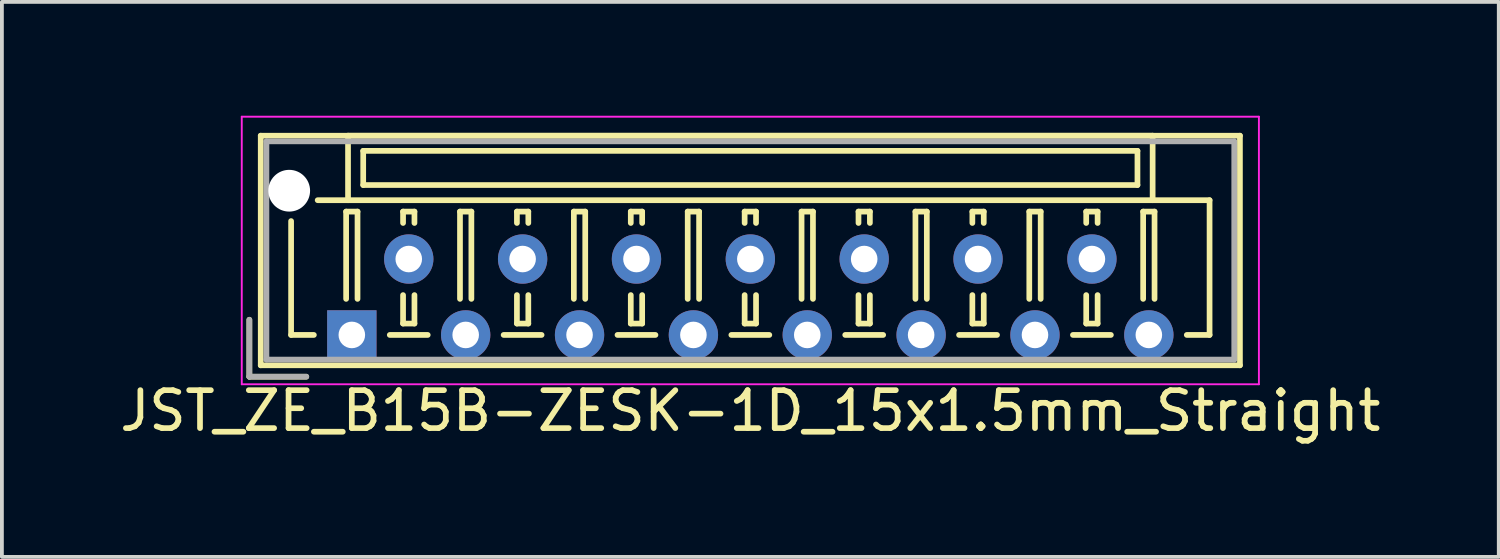
<source format=kicad_pcb>
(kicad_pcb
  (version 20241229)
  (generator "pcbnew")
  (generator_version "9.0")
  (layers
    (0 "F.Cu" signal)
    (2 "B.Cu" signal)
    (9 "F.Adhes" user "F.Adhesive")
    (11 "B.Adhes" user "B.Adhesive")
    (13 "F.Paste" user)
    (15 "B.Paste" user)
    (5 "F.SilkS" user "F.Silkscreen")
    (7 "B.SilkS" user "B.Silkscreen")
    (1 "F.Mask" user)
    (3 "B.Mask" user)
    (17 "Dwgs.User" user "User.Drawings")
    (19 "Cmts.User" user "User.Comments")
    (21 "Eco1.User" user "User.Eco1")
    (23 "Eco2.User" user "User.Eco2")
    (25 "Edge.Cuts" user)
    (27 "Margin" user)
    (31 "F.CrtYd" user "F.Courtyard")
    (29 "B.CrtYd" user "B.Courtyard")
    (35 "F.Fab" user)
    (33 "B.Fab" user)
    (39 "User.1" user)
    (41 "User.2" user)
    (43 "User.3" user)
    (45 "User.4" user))
  (footprint "JST_ZE_B15B-ZESK-1D_15x1.5mm_Straight"
    (layer "F.Cu")
    (at 6.22 5.775)
    (property "Reference" "JST_ZE_B15B-ZESK-1D_15x1.5mm_Straight" (at 10.5 2 0) (layer "F.SilkS") (effects (font (size 1 1) (thickness 0.15))))
    (attr through_hole)
    (fp_line (start -2.7 -0.4) (end -2.7 1.1) (stroke (width 0.15) (type solid)) (layer "F.SilkS"))
    (fp_line (start -2.7 1.1) (end -1.2 1.1) (stroke (width 0.15) (type solid)) (layer "F.SilkS"))
    (fp_line (start -2.4 -5.25) (end -2.4 0.8) (stroke (width 0.15) (type solid)) (layer "F.SilkS"))
    (fp_line (start -2.4 0.8) (end 23.4 0.8) (stroke (width 0.15) (type solid)) (layer "F.SilkS"))
    (fp_line (start -1.6 -3) (end -1.6 0) (stroke (width 0.15) (type solid)) (layer "F.SilkS"))
    (fp_line (start -1.6 0) (end -1 0) (stroke (width 0.15) (type solid)) (layer "F.SilkS"))
    (fp_line (start -0.15 -3.25) (end 0.15 -3.25) (stroke (width 0.15) (type solid)) (layer "F.SilkS"))
    (fp_line (start -0.15 -0.95) (end -0.15 -3.25) (stroke (width 0.15) (type solid)) (layer "F.SilkS"))
    (fp_line (start -0.1 -5.25) (end -0.1 -3.55) (stroke (width 0.15) (type solid)) (layer "F.SilkS"))
    (fp_line (start -0.1 -3.55) (end -0.9 -3.55) (stroke (width 0.15) (type solid)) (layer "F.SilkS"))
    (fp_line (start -0.1 -3.55) (end 21.1 -3.55) (stroke (width 0.15) (type solid)) (layer "F.SilkS"))
    (fp_line (start 0.15 -3.25) (end 0.15 -0.95) (stroke (width 0.15) (type solid)) (layer "F.SilkS"))
    (fp_line (start 0.3 -4.85) (end 0.3 -3.95) (stroke (width 0.15) (type solid)) (layer "F.SilkS"))
    (fp_line (start 0.3 -3.95) (end 20.7 -3.95) (stroke (width 0.15) (type solid)) (layer "F.SilkS"))
    (fp_line (start 1 0) (end 2 0) (stroke (width 0.15) (type solid)) (layer "F.SilkS"))
    (fp_line (start 1.35 -3.25) (end 1.65 -3.25) (stroke (width 0.15) (type solid)) (layer "F.SilkS"))
    (fp_line (start 1.35 -2.95) (end 1.35 -3.25) (stroke (width 0.15) (type solid)) (layer "F.SilkS"))
    (fp_line (start 1.35 -1.05) (end 1.35 -0.3) (stroke (width 0.15) (type solid)) (layer "F.SilkS"))
    (fp_line (start 1.35 -0.3) (end 1.65 -0.3) (stroke (width 0.15) (type solid)) (layer "F.SilkS"))
    (fp_line (start 1.65 -3.25) (end 1.65 -2.95) (stroke (width 0.15) (type solid)) (layer "F.SilkS"))
    (fp_line (start 1.65 -0.3) (end 1.65 -1.05) (stroke (width 0.15) (type solid)) (layer "F.SilkS"))
    (fp_line (start 2.85 -3.25) (end 3.15 -3.25) (stroke (width 0.15) (type solid)) (layer "F.SilkS"))
    (fp_line (start 2.85 -0.95) (end 2.85 -3.25) (stroke (width 0.15) (type solid)) (layer "F.SilkS"))
    (fp_line (start 3.15 -3.25) (end 3.15 -0.95) (stroke (width 0.15) (type solid)) (layer "F.SilkS"))
    (fp_line (start 4 0) (end 5 0) (stroke (width 0.15) (type solid)) (layer "F.SilkS"))
    (fp_line (start 4.35 -3.25) (end 4.65 -3.25) (stroke (width 0.15) (type solid)) (layer "F.SilkS"))
    (fp_line (start 4.35 -2.95) (end 4.35 -3.25) (stroke (width 0.15) (type solid)) (layer "F.SilkS"))
    (fp_line (start 4.35 -1.05) (end 4.35 -0.3) (stroke (width 0.15) (type solid)) (layer "F.SilkS"))
    (fp_line (start 4.35 -0.3) (end 4.65 -0.3) (stroke (width 0.15) (type solid)) (layer "F.SilkS"))
    (fp_line (start 4.65 -3.25) (end 4.65 -2.95) (stroke (width 0.15) (type solid)) (layer "F.SilkS"))
    (fp_line (start 4.65 -0.3) (end 4.65 -1.05) (stroke (width 0.15) (type solid)) (layer "F.SilkS"))
    (fp_line (start 5.85 -3.25) (end 6.15 -3.25) (stroke (width 0.15) (type solid)) (layer "F.SilkS"))
    (fp_line (start 5.85 -0.95) (end 5.85 -3.25) (stroke (width 0.15) (type solid)) (layer "F.SilkS"))
    (fp_line (start 6.15 -3.25) (end 6.15 -0.95) (stroke (width 0.15) (type solid)) (layer "F.SilkS"))
    (fp_line (start 7 0) (end 8 0) (stroke (width 0.15) (type solid)) (layer "F.SilkS"))
    (fp_line (start 7.35 -3.25) (end 7.65 -3.25) (stroke (width 0.15) (type solid)) (layer "F.SilkS"))
    (fp_line (start 7.35 -2.95) (end 7.35 -3.25) (stroke (width 0.15) (type solid)) (layer "F.SilkS"))
    (fp_line (start 7.35 -1.05) (end 7.35 -0.3) (stroke (width 0.15) (type solid)) (layer "F.SilkS"))
    (fp_line (start 7.35 -0.3) (end 7.65 -0.3) (stroke (width 0.15) (type solid)) (layer "F.SilkS"))
    (fp_line (start 7.65 -3.25) (end 7.65 -2.95) (stroke (width 0.15) (type solid)) (layer "F.SilkS"))
    (fp_line (start 7.65 -0.3) (end 7.65 -1.05) (stroke (width 0.15) (type solid)) (layer "F.SilkS"))
    (fp_line (start 8.85 -3.25) (end 9.15 -3.25) (stroke (width 0.15) (type solid)) (layer "F.SilkS"))
    (fp_line (start 8.85 -0.95) (end 8.85 -3.25) (stroke (width 0.15) (type solid)) (layer "F.SilkS"))
    (fp_line (start 9.15 -3.25) (end 9.15 -0.95) (stroke (width 0.15) (type solid)) (layer "F.SilkS"))
    (fp_line (start 10 0) (end 11 0) (stroke (width 0.15) (type solid)) (layer "F.SilkS"))
    (fp_line (start 10.35 -3.25) (end 10.65 -3.25) (stroke (width 0.15) (type solid)) (layer "F.SilkS"))
    (fp_line (start 10.35 -2.95) (end 10.35 -3.25) (stroke (width 0.15) (type solid)) (layer "F.SilkS"))
    (fp_line (start 10.35 -1.05) (end 10.35 -0.3) (stroke (width 0.15) (type solid)) (layer "F.SilkS"))
    (fp_line (start 10.35 -0.3) (end 10.65 -0.3) (stroke (width 0.15) (type solid)) (layer "F.SilkS"))
    (fp_line (start 10.65 -3.25) (end 10.65 -2.95) (stroke (width 0.15) (type solid)) (layer "F.SilkS"))
    (fp_line (start 10.65 -0.3) (end 10.65 -1.05) (stroke (width 0.15) (type solid)) (layer "F.SilkS"))
    (fp_line (start 11.85 -3.25) (end 12.15 -3.25) (stroke (width 0.15) (type solid)) (layer "F.SilkS"))
    (fp_line (start 11.85 -0.95) (end 11.85 -3.25) (stroke (width 0.15) (type solid)) (layer "F.SilkS"))
    (fp_line (start 12.15 -3.25) (end 12.15 -0.95) (stroke (width 0.15) (type solid)) (layer "F.SilkS"))
    (fp_line (start 13 0) (end 14 0) (stroke (width 0.15) (type solid)) (layer "F.SilkS"))
    (fp_line (start 13.35 -3.25) (end 13.65 -3.25) (stroke (width 0.15) (type solid)) (layer "F.SilkS"))
    (fp_line (start 13.35 -2.95) (end 13.35 -3.25) (stroke (width 0.15) (type solid)) (layer "F.SilkS"))
    (fp_line (start 13.35 -1.05) (end 13.35 -0.3) (stroke (width 0.15) (type solid)) (layer "F.SilkS"))
    (fp_line (start 13.35 -0.3) (end 13.65 -0.3) (stroke (width 0.15) (type solid)) (layer "F.SilkS"))
    (fp_line (start 13.65 -3.25) (end 13.65 -2.95) (stroke (width 0.15) (type solid)) (layer "F.SilkS"))
    (fp_line (start 13.65 -0.3) (end 13.65 -1.05) (stroke (width 0.15) (type solid)) (layer "F.SilkS"))
    (fp_line (start 14.85 -3.25) (end 15.15 -3.25) (stroke (width 0.15) (type solid)) (layer "F.SilkS"))
    (fp_line (start 14.85 -0.95) (end 14.85 -3.25) (stroke (width 0.15) (type solid)) (layer "F.SilkS"))
    (fp_line (start 15.15 -3.25) (end 15.15 -0.95) (stroke (width 0.15) (type solid)) (layer "F.SilkS"))
    (fp_line (start 16 0) (end 17 0) (stroke (width 0.15) (type solid)) (layer "F.SilkS"))
    (fp_line (start 16.35 -3.25) (end 16.65 -3.25) (stroke (width 0.15) (type solid)) (layer "F.SilkS"))
    (fp_line (start 16.35 -2.95) (end 16.35 -3.25) (stroke (width 0.15) (type solid)) (layer "F.SilkS"))
    (fp_line (start 16.35 -1.05) (end 16.35 -0.3) (stroke (width 0.15) (type solid)) (layer "F.SilkS"))
    (fp_line (start 16.35 -0.3) (end 16.65 -0.3) (stroke (width 0.15) (type solid)) (layer "F.SilkS"))
    (fp_line (start 16.65 -3.25) (end 16.65 -2.95) (stroke (width 0.15) (type solid)) (layer "F.SilkS"))
    (fp_line (start 16.65 -0.3) (end 16.65 -1.05) (stroke (width 0.15) (type solid)) (layer "F.SilkS"))
    (fp_line (start 17.85 -3.25) (end 18.15 -3.25) (stroke (width 0.15) (type solid)) (layer "F.SilkS"))
    (fp_line (start 17.85 -0.95) (end 17.85 -3.25) (stroke (width 0.15) (type solid)) (layer "F.SilkS"))
    (fp_line (start 18.15 -3.25) (end 18.15 -0.95) (stroke (width 0.15) (type solid)) (layer "F.SilkS"))
    (fp_line (start 19 0) (end 20 0) (stroke (width 0.15) (type solid)) (layer "F.SilkS"))
    (fp_line (start 19.35 -3.25) (end 19.65 -3.25) (stroke (width 0.15) (type solid)) (layer "F.SilkS"))
    (fp_line (start 19.35 -2.95) (end 19.35 -3.25) (stroke (width 0.15) (type solid)) (layer "F.SilkS"))
    (fp_line (start 19.35 -1.05) (end 19.35 -0.3) (stroke (width 0.15) (type solid)) (layer "F.SilkS"))
    (fp_line (start 19.35 -0.3) (end 19.65 -0.3) (stroke (width 0.15) (type solid)) (layer "F.SilkS"))
    (fp_line (start 19.65 -3.25) (end 19.65 -2.95) (stroke (width 0.15) (type solid)) (layer "F.SilkS"))
    (fp_line (start 19.65 -0.3) (end 19.65 -1.05) (stroke (width 0.15) (type solid)) (layer "F.SilkS"))
    (fp_line (start 20.7 -4.85) (end 0.3 -4.85) (stroke (width 0.15) (type solid)) (layer "F.SilkS"))
    (fp_line (start 20.7 -3.95) (end 20.7 -4.85) (stroke (width 0.15) (type solid)) (layer "F.SilkS"))
    (fp_line (start 20.85 -3.25) (end 21.15 -3.25) (stroke (width 0.15) (type solid)) (layer "F.SilkS"))
    (fp_line (start 20.85 -0.95) (end 20.85 -3.25) (stroke (width 0.15) (type solid)) (layer "F.SilkS"))
    (fp_line (start 21.1 -5.25) (end -0.1 -5.25) (stroke (width 0.15) (type solid)) (layer "F.SilkS"))
    (fp_line (start 21.1 -3.55) (end 21.1 -5.25) (stroke (width 0.15) (type solid)) (layer "F.SilkS"))
    (fp_line (start 21.1 -3.55) (end 22.6 -3.55) (stroke (width 0.15) (type solid)) (layer "F.SilkS"))
    (fp_line (start 21.15 -3.25) (end 21.15 -0.95) (stroke (width 0.15) (type solid)) (layer "F.SilkS"))
    (fp_line (start 22.6 -3.55) (end 22.6 0) (stroke (width 0.15) (type solid)) (layer "F.SilkS"))
    (fp_line (start 22.6 0) (end 22 0) (stroke (width 0.15) (type solid)) (layer "F.SilkS"))
    (fp_line (start 23.4 -5.25) (end -2.4 -5.25) (stroke (width 0.15) (type solid)) (layer "F.SilkS"))
    (fp_line (start 23.4 0.8) (end 23.4 -5.25) (stroke (width 0.15) (type solid)) (layer "F.SilkS"))
    (fp_line (start -2.9 -5.75) (end -2.9 1.3) (stroke (width 0.05) (type solid)) (layer "F.CrtYd"))
    (fp_line (start -2.9 1.3) (end 23.9 1.3) (stroke (width 0.05) (type solid)) (layer "F.CrtYd"))
    (fp_line (start 23.9 -5.75) (end -2.9 -5.75) (stroke (width 0.05) (type solid)) (layer "F.CrtYd"))
    (fp_line (start 23.9 1.3) (end 23.9 -5.75) (stroke (width 0.05) (type solid)) (layer "F.CrtYd"))
    (fp_line (start -2.7 -0.4) (end -2.7 1.1) (stroke (width 0.15) (type solid)) (layer "F.Fab"))
    (fp_line (start -2.7 1.1) (end -1.2 1.1) (stroke (width 0.15) (type solid)) (layer "F.Fab"))
    (fp_line (start -2.25 -5.1) (end -2.25 0.65) (stroke (width 0.15) (type solid)) (layer "F.Fab"))
    (fp_line (start -2.25 0.65) (end 23.25 0.65) (stroke (width 0.15) (type solid)) (layer "F.Fab"))
    (fp_line (start 23.25 -5.1) (end -2.25 -5.1) (stroke (width 0.15) (type solid)) (layer "F.Fab"))
    (fp_line (start 23.25 0.65) (end 23.25 -5.1) (stroke (width 0.15) (type solid)) (layer "F.Fab"))
    (pad "" np_thru_hole circle (at -1.65 -3.8) (size 1.1 1.1) (drill 1.1) (layers "*.Cu"))
    (pad "1" thru_hole rect (at 0 0) (size 1.3 1.3) (drill 0.7) (layers "*.Cu" "*.Mask"))
    (pad "2" thru_hole circle (at 1.5 -2) (size 1.3 1.3) (drill 0.7) (layers "*.Cu" "*.Mask"))
    (pad "3" thru_hole circle (at 3 0) (size 1.3 1.3) (drill 0.7) (layers "*.Cu" "*.Mask"))
    (pad "4" thru_hole circle (at 4.5 -2) (size 1.3 1.3) (drill 0.7) (layers "*.Cu" "*.Mask"))
    (pad "5" thru_hole circle (at 6 0) (size 1.3 1.3) (drill 0.7) (layers "*.Cu" "*.Mask"))
    (pad "6" thru_hole circle (at 7.5 -2) (size 1.3 1.3) (drill 0.7) (layers "*.Cu" "*.Mask"))
    (pad "7" thru_hole circle (at 9 0) (size 1.3 1.3) (drill 0.7) (layers "*.Cu" "*.Mask"))
    (pad "8" thru_hole circle (at 10.5 -2) (size 1.3 1.3) (drill 0.7) (layers "*.Cu" "*.Mask"))
    (pad "9" thru_hole circle (at 12 0) (size 1.3 1.3) (drill 0.7) (layers "*.Cu" "*.Mask"))
    (pad "10" thru_hole circle (at 13.5 -2) (size 1.3 1.3) (drill 0.7) (layers "*.Cu" "*.Mask"))
    (pad "11" thru_hole circle (at 15 0) (size 1.3 1.3) (drill 0.7) (layers "*.Cu" "*.Mask"))
    (pad "12" thru_hole circle (at 16.5 -2) (size 1.3 1.3) (drill 0.7) (layers "*.Cu" "*.Mask"))
    (pad "13" thru_hole circle (at 18 0) (size 1.3 1.3) (drill 0.7) (layers "*.Cu" "*.Mask"))
    (pad "14" thru_hole circle (at 19.5 -2) (size 1.3 1.3) (drill 0.7) (layers "*.Cu" "*.Mask"))
    (pad "15" thru_hole circle (at 21 0) (size 1.3 1.3) (drill 0.7) (layers "*.Cu" "*.Mask")))
  (gr_rect
    (start -3 -3)
    (end 36.44 11.623)
    (stroke (width 0.1) (type default))
    (fill no)
    (layer "Edge.Cuts")))
</source>
